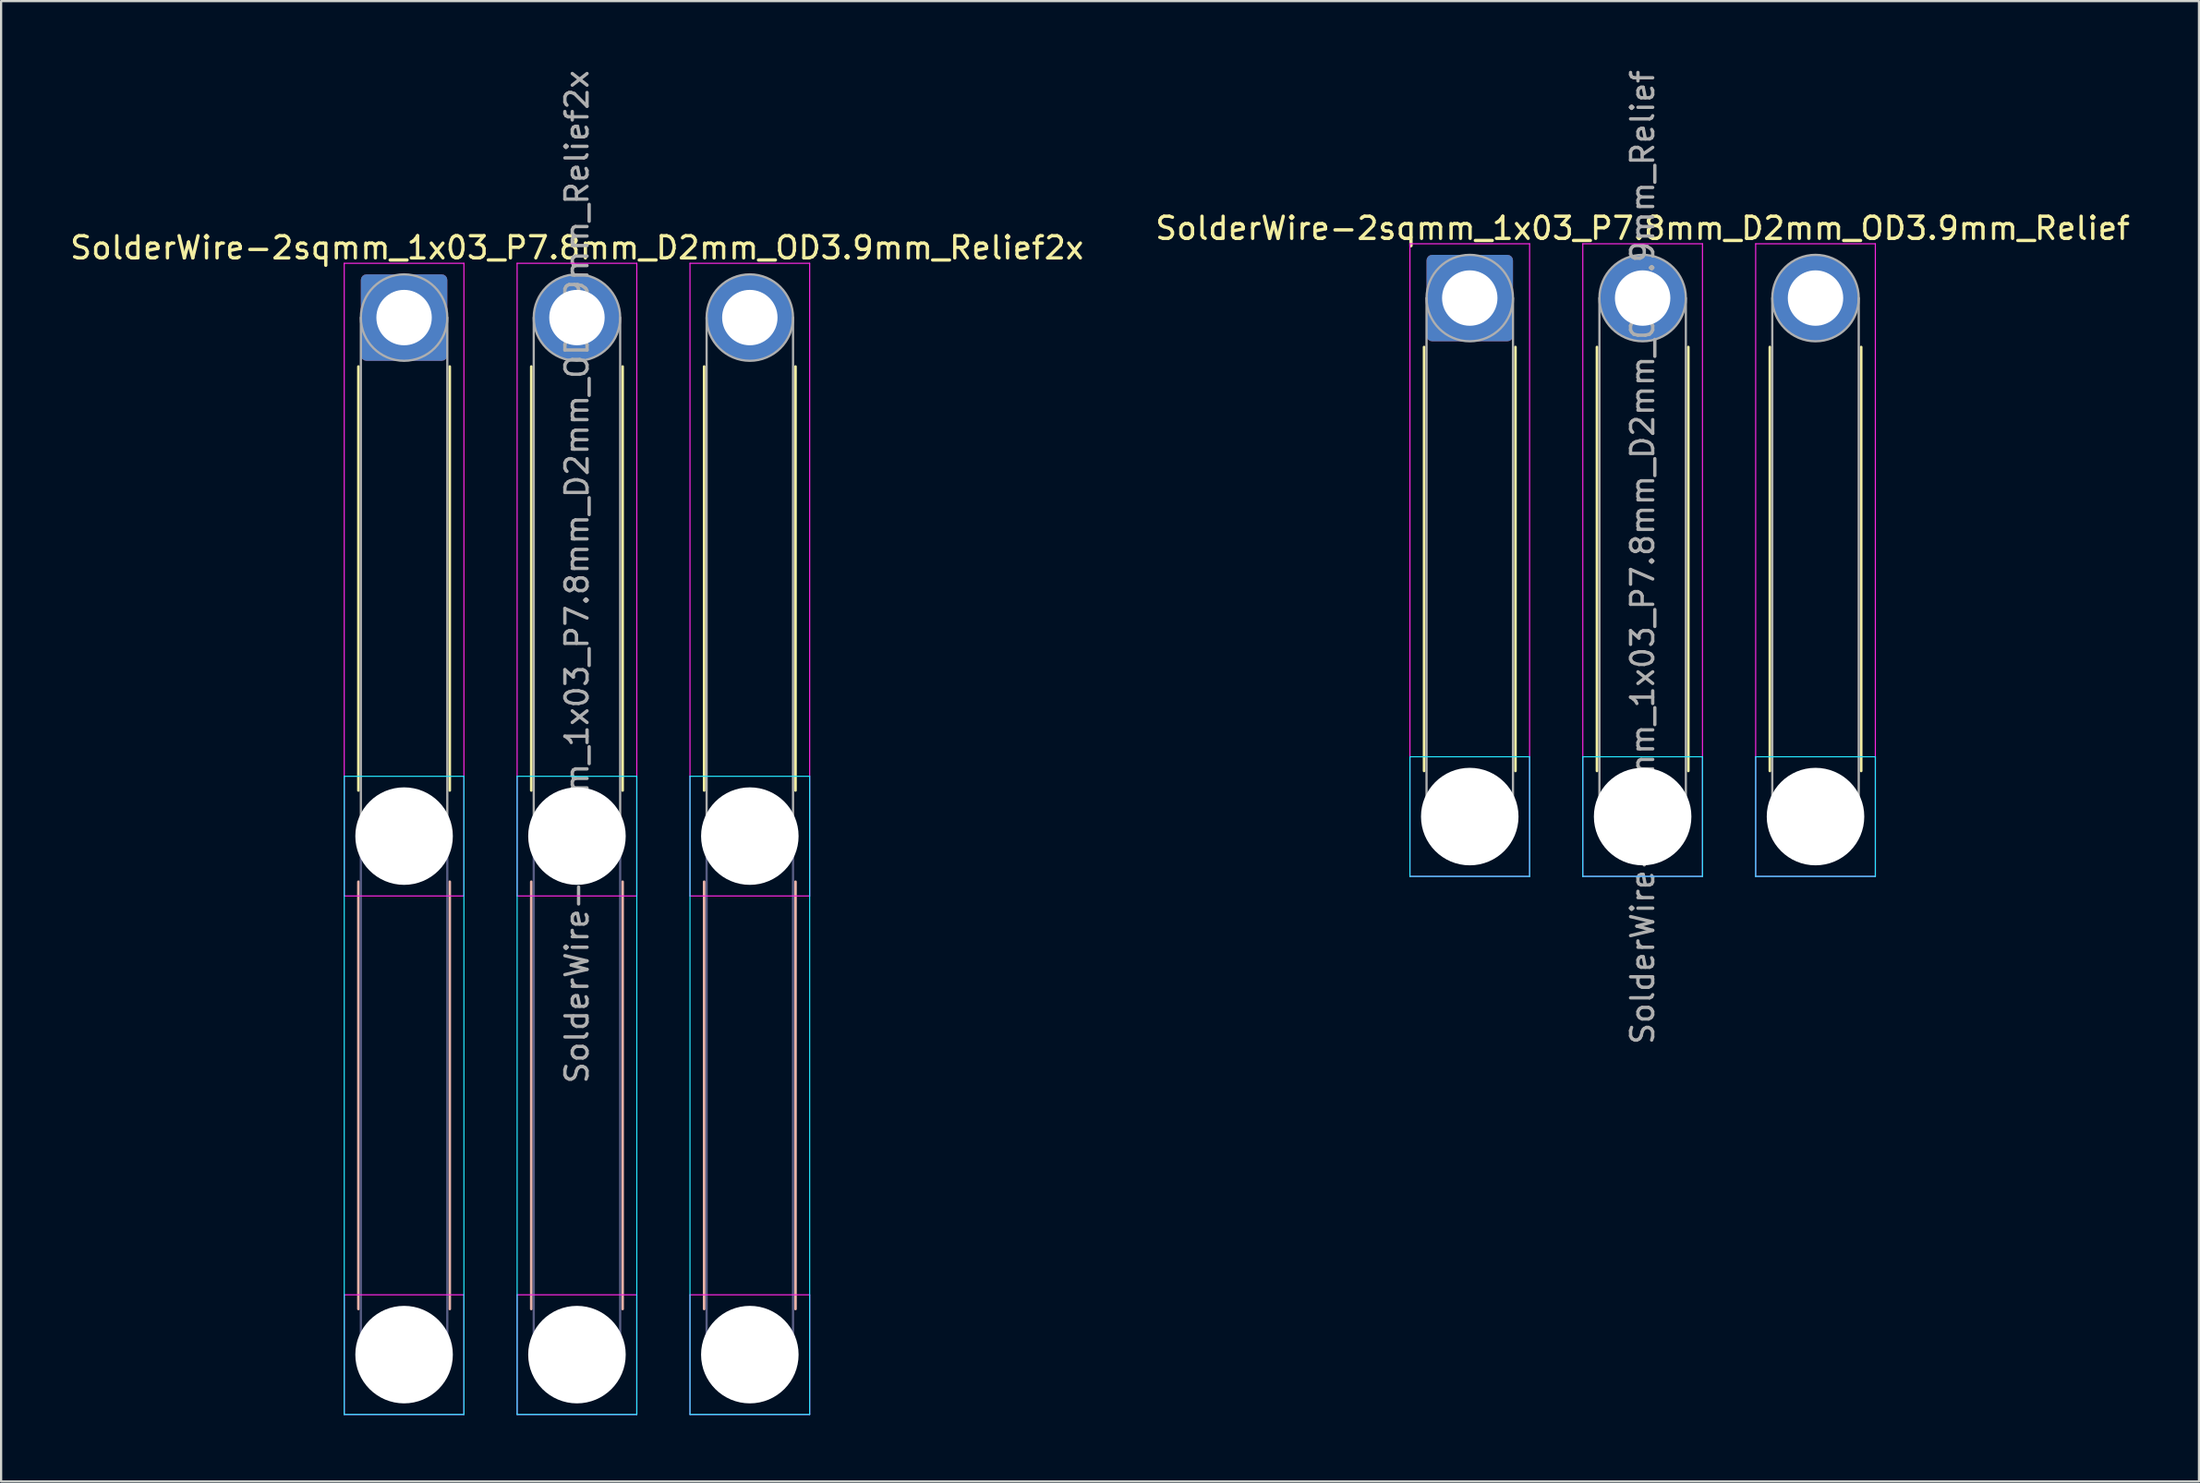
<source format=kicad_pcb>
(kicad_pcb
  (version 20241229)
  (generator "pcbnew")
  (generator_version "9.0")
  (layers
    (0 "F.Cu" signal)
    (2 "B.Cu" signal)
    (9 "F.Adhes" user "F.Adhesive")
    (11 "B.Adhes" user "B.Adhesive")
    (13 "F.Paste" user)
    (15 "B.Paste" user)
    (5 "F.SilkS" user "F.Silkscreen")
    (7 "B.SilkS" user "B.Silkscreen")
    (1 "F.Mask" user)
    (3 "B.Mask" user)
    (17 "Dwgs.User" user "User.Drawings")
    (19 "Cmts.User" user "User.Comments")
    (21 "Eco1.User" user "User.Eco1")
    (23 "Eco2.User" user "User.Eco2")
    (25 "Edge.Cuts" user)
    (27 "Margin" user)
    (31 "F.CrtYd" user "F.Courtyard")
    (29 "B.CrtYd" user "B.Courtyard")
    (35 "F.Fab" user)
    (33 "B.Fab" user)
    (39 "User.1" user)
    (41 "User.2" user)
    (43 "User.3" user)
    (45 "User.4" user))
  (footprint "SolderWire-2sqmm_1x03_P7.8mm_D2mm_OD3.9mm_Relief2x"
    (layer "F.Cu")
    (at 15.182 11.282)
    (property "Reference" "SolderWire-2sqmm_1x03_P7.8mm_D2mm_OD3.9mm_Relief2x" (at 7.8 -3.15 0) (layer "F.SilkS") (effects (font (size 1 1) (thickness 0.15))))
    (attr exclude_from_pos_files exclude_from_bom)
    (fp_line (start -2.06 2.21) (end -2.06 21.34) (stroke (width 0.12) (type solid)) (layer "F.SilkS"))
    (fp_line (start 2.06 2.21) (end 2.06 21.34) (stroke (width 0.12) (type solid)) (layer "F.SilkS"))
    (fp_line (start 5.74 2.21) (end 5.74 21.34) (stroke (width 0.12) (type solid)) (layer "F.SilkS"))
    (fp_line (start 9.86 2.21) (end 9.86 21.34) (stroke (width 0.12) (type solid)) (layer "F.SilkS"))
    (fp_line (start 13.54 2.21) (end 13.54 21.34) (stroke (width 0.12) (type solid)) (layer "F.SilkS"))
    (fp_line (start 17.66 2.21) (end 17.66 21.34) (stroke (width 0.12) (type solid)) (layer "F.SilkS"))
    (fp_line (start -2.06 25.46) (end -2.06 44.74) (stroke (width 0.12) (type solid)) (layer "B.SilkS"))
    (fp_line (start 2.06 25.46) (end 2.06 44.74) (stroke (width 0.12) (type solid)) (layer "B.SilkS"))
    (fp_line (start 5.74 25.46) (end 5.74 44.74) (stroke (width 0.12) (type solid)) (layer "B.SilkS"))
    (fp_line (start 9.86 25.46) (end 9.86 44.74) (stroke (width 0.12) (type solid)) (layer "B.SilkS"))
    (fp_line (start 13.54 25.46) (end 13.54 44.74) (stroke (width 0.12) (type solid)) (layer "B.SilkS"))
    (fp_line (start 17.66 25.46) (end 17.66 44.74) (stroke (width 0.12) (type solid)) (layer "B.SilkS"))
    (fp_line (start -2.7 20.7) (end -2.7 49.5) (stroke (width 0.05) (type solid)) (layer "B.CrtYd"))
    (fp_line (start -2.7 49.5) (end 2.7 49.5) (stroke (width 0.05) (type solid)) (layer "B.CrtYd"))
    (fp_line (start 2.7 20.7) (end -2.7 20.7) (stroke (width 0.05) (type solid)) (layer "B.CrtYd"))
    (fp_line (start 2.7 49.5) (end 2.7 20.7) (stroke (width 0.05) (type solid)) (layer "B.CrtYd"))
    (fp_line (start 5.1 20.7) (end 5.1 49.5) (stroke (width 0.05) (type solid)) (layer "B.CrtYd"))
    (fp_line (start 5.1 49.5) (end 10.5 49.5) (stroke (width 0.05) (type solid)) (layer "B.CrtYd"))
    (fp_line (start 10.5 20.7) (end 5.1 20.7) (stroke (width 0.05) (type solid)) (layer "B.CrtYd"))
    (fp_line (start 10.5 49.5) (end 10.5 20.7) (stroke (width 0.05) (type solid)) (layer "B.CrtYd"))
    (fp_line (start 12.9 20.7) (end 12.9 49.5) (stroke (width 0.05) (type solid)) (layer "B.CrtYd"))
    (fp_line (start 12.9 49.5) (end 18.3 49.5) (stroke (width 0.05) (type solid)) (layer "B.CrtYd"))
    (fp_line (start 18.3 20.7) (end 12.9 20.7) (stroke (width 0.05) (type solid)) (layer "B.CrtYd"))
    (fp_line (start 18.3 49.5) (end 18.3 20.7) (stroke (width 0.05) (type solid)) (layer "B.CrtYd"))
    (fp_line (start -2.7 -2.45) (end -2.7 26.1) (stroke (width 0.05) (type solid)) (layer "F.CrtYd"))
    (fp_line (start -2.7 26.1) (end 2.7 26.1) (stroke (width 0.05) (type solid)) (layer "F.CrtYd"))
    (fp_line (start -2.7 44.1) (end -2.7 49.5) (stroke (width 0.05) (type solid)) (layer "F.CrtYd"))
    (fp_line (start -2.7 49.5) (end 2.7 49.5) (stroke (width 0.05) (type solid)) (layer "F.CrtYd"))
    (fp_line (start 2.7 -2.45) (end -2.7 -2.45) (stroke (width 0.05) (type solid)) (layer "F.CrtYd"))
    (fp_line (start 2.7 26.1) (end 2.7 -2.45) (stroke (width 0.05) (type solid)) (layer "F.CrtYd"))
    (fp_line (start 2.7 44.1) (end -2.7 44.1) (stroke (width 0.05) (type solid)) (layer "F.CrtYd"))
    (fp_line (start 2.7 49.5) (end 2.7 44.1) (stroke (width 0.05) (type solid)) (layer "F.CrtYd"))
    (fp_line (start 5.1 -2.45) (end 5.1 26.1) (stroke (width 0.05) (type solid)) (layer "F.CrtYd"))
    (fp_line (start 5.1 26.1) (end 10.5 26.1) (stroke (width 0.05) (type solid)) (layer "F.CrtYd"))
    (fp_line (start 5.1 44.1) (end 5.1 49.5) (stroke (width 0.05) (type solid)) (layer "F.CrtYd"))
    (fp_line (start 5.1 49.5) (end 10.5 49.5) (stroke (width 0.05) (type solid)) (layer "F.CrtYd"))
    (fp_line (start 10.5 -2.45) (end 5.1 -2.45) (stroke (width 0.05) (type solid)) (layer "F.CrtYd"))
    (fp_line (start 10.5 26.1) (end 10.5 -2.45) (stroke (width 0.05) (type solid)) (layer "F.CrtYd"))
    (fp_line (start 10.5 44.1) (end 5.1 44.1) (stroke (width 0.05) (type solid)) (layer "F.CrtYd"))
    (fp_line (start 10.5 49.5) (end 10.5 44.1) (stroke (width 0.05) (type solid)) (layer "F.CrtYd"))
    (fp_line (start 12.9 -2.45) (end 12.9 26.1) (stroke (width 0.05) (type solid)) (layer "F.CrtYd"))
    (fp_line (start 12.9 26.1) (end 18.3 26.1) (stroke (width 0.05) (type solid)) (layer "F.CrtYd"))
    (fp_line (start 12.9 44.1) (end 12.9 49.5) (stroke (width 0.05) (type solid)) (layer "F.CrtYd"))
    (fp_line (start 12.9 49.5) (end 18.3 49.5) (stroke (width 0.05) (type solid)) (layer "F.CrtYd"))
    (fp_line (start 18.3 -2.45) (end 12.9 -2.45) (stroke (width 0.05) (type solid)) (layer "F.CrtYd"))
    (fp_line (start 18.3 26.1) (end 18.3 -2.45) (stroke (width 0.05) (type solid)) (layer "F.CrtYd"))
    (fp_line (start 18.3 44.1) (end 12.9 44.1) (stroke (width 0.05) (type solid)) (layer "F.CrtYd"))
    (fp_line (start 18.3 49.5) (end 18.3 44.1) (stroke (width 0.05) (type solid)) (layer "F.CrtYd"))
    (fp_line (start -1.95 23.4) (end -1.95 46.8) (stroke (width 0.1) (type solid)) (layer "B.Fab"))
    (fp_line (start 1.95 23.4) (end 1.95 46.8) (stroke (width 0.1) (type solid)) (layer "B.Fab"))
    (fp_line (start 5.85 23.4) (end 5.85 46.8) (stroke (width 0.1) (type solid)) (layer "B.Fab"))
    (fp_line (start 9.75 23.4) (end 9.75 46.8) (stroke (width 0.1) (type solid)) (layer "B.Fab"))
    (fp_line (start 13.65 23.4) (end 13.65 46.8) (stroke (width 0.1) (type solid)) (layer "B.Fab"))
    (fp_line (start 17.55 23.4) (end 17.55 46.8) (stroke (width 0.1) (type solid)) (layer "B.Fab"))
    (fp_circle (center 0 23.4) (end 1.95 23.4) (stroke (width 0.1) (type solid)) (fill no) (layer "B.Fab"))
    (fp_circle (center 0 46.8) (end 1.95 46.8) (stroke (width 0.1) (type solid)) (fill no) (layer "B.Fab"))
    (fp_circle (center 7.8 23.4) (end 9.75 23.4) (stroke (width 0.1) (type solid)) (fill no) (layer "B.Fab"))
    (fp_circle (center 7.8 46.8) (end 9.75 46.8) (stroke (width 0.1) (type solid)) (fill no) (layer "B.Fab"))
    (fp_circle (center 15.6 23.4) (end 17.55 23.4) (stroke (width 0.1) (type solid)) (fill no) (layer "B.Fab"))
    (fp_circle (center 15.6 46.8) (end 17.55 46.8) (stroke (width 0.1) (type solid)) (fill no) (layer "B.Fab"))
    (fp_line (start -1.95 0) (end -1.95 23.4) (stroke (width 0.1) (type solid)) (layer "F.Fab"))
    (fp_line (start 1.95 0) (end 1.95 23.4) (stroke (width 0.1) (type solid)) (layer "F.Fab"))
    (fp_line (start 5.85 0) (end 5.85 23.4) (stroke (width 0.1) (type solid)) (layer "F.Fab"))
    (fp_line (start 9.75 0) (end 9.75 23.4) (stroke (width 0.1) (type solid)) (layer "F.Fab"))
    (fp_line (start 13.65 0) (end 13.65 23.4) (stroke (width 0.1) (type solid)) (layer "F.Fab"))
    (fp_line (start 17.55 0) (end 17.55 23.4) (stroke (width 0.1) (type solid)) (layer "F.Fab"))
    (fp_circle (center 0 0) (end 1.95 0) (stroke (width 0.1) (type solid)) (fill no) (layer "F.Fab"))
    (fp_circle (center 0 23.4) (end 1.95 23.4) (stroke (width 0.1) (type solid)) (fill no) (layer "F.Fab"))
    (fp_circle (center 0 46.8) (end 1.95 46.8) (stroke (width 0.1) (type solid)) (fill no) (layer "F.Fab"))
    (fp_circle (center 7.8 0) (end 9.75 0) (stroke (width 0.1) (type solid)) (fill no) (layer "F.Fab"))
    (fp_circle (center 7.8 23.4) (end 9.75 23.4) (stroke (width 0.1) (type solid)) (fill no) (layer "F.Fab"))
    (fp_circle (center 7.8 46.8) (end 9.75 46.8) (stroke (width 0.1) (type solid)) (fill no) (layer "F.Fab"))
    (fp_circle (center 15.6 0) (end 17.55 0) (stroke (width 0.1) (type solid)) (fill no) (layer "F.Fab"))
    (fp_circle (center 15.6 23.4) (end 17.55 23.4) (stroke (width 0.1) (type solid)) (fill no) (layer "F.Fab"))
    (fp_circle (center 15.6 46.8) (end 17.55 46.8) (stroke (width 0.1) (type solid)) (fill no) (layer "F.Fab"))
    (fp_text user "${REFERENCE}" (at 7.8 11.7 90) (layer "F.Fab") (effects (font (size 1 1) (thickness 0.15))))
    (pad "" np_thru_hole circle (at 0 23.4) (size 4.4 4.4) (drill 4.4) (layers "*.Cu" "*.Mask"))
    (pad "" np_thru_hole circle (at 0 46.8) (size 4.4 4.4) (drill 4.4) (layers "*.Cu" "*.Mask"))
    (pad "" np_thru_hole circle (at 7.8 23.4) (size 4.4 4.4) (drill 4.4) (layers "*.Cu" "*.Mask"))
    (pad "" np_thru_hole circle (at 7.8 46.8) (size 4.4 4.4) (drill 4.4) (layers "*.Cu" "*.Mask"))
    (pad "" np_thru_hole circle (at 15.6 23.4) (size 4.4 4.4) (drill 4.4) (layers "*.Cu" "*.Mask"))
    (pad "" np_thru_hole circle (at 15.6 46.8) (size 4.4 4.4) (drill 4.4) (layers "*.Cu" "*.Mask"))
    (pad "1" thru_hole roundrect (at 0 0) (size 3.9 3.9) (drill 2.5) (layers "*.Cu" "*.Mask") (roundrect_rratio 0.064))
    (pad "2" thru_hole circle (at 7.8 0) (size 3.9 3.9) (drill 2.5) (layers "*.Cu" "*.Mask"))
    (pad "3" thru_hole circle (at 15.6 0) (size 3.9 3.9) (drill 2.5) (layers "*.Cu" "*.Mask")))
  (footprint "SolderWire-2sqmm_1x03_P7.8mm_D2mm_OD3.9mm_Relief"
    (layer "F.Cu")
    (at 63.265 10.401)
    (property "Reference" "SolderWire-2sqmm_1x03_P7.8mm_D2mm_OD3.9mm_Relief" (at 7.8 -3.15 0) (layer "F.SilkS") (effects (font (size 1 1) (thickness 0.15))))
    (attr exclude_from_pos_files exclude_from_bom)
    (fp_line (start -2.06 2.21) (end -2.06 21.34) (stroke (width 0.12) (type solid)) (layer "F.SilkS"))
    (fp_line (start 2.06 2.21) (end 2.06 21.34) (stroke (width 0.12) (type solid)) (layer "F.SilkS"))
    (fp_line (start 5.74 2.21) (end 5.74 21.34) (stroke (width 0.12) (type solid)) (layer "F.SilkS"))
    (fp_line (start 9.86 2.21) (end 9.86 21.34) (stroke (width 0.12) (type solid)) (layer "F.SilkS"))
    (fp_line (start 13.54 2.21) (end 13.54 21.34) (stroke (width 0.12) (type solid)) (layer "F.SilkS"))
    (fp_line (start 17.66 2.21) (end 17.66 21.34) (stroke (width 0.12) (type solid)) (layer "F.SilkS"))
    (fp_line (start -2.7 20.7) (end -2.7 26.1) (stroke (width 0.05) (type solid)) (layer "B.CrtYd"))
    (fp_line (start -2.7 26.1) (end 2.7 26.1) (stroke (width 0.05) (type solid)) (layer "B.CrtYd"))
    (fp_line (start 2.7 20.7) (end -2.7 20.7) (stroke (width 0.05) (type solid)) (layer "B.CrtYd"))
    (fp_line (start 2.7 26.1) (end 2.7 20.7) (stroke (width 0.05) (type solid)) (layer "B.CrtYd"))
    (fp_line (start 5.1 20.7) (end 5.1 26.1) (stroke (width 0.05) (type solid)) (layer "B.CrtYd"))
    (fp_line (start 5.1 26.1) (end 10.5 26.1) (stroke (width 0.05) (type solid)) (layer "B.CrtYd"))
    (fp_line (start 10.5 20.7) (end 5.1 20.7) (stroke (width 0.05) (type solid)) (layer "B.CrtYd"))
    (fp_line (start 10.5 26.1) (end 10.5 20.7) (stroke (width 0.05) (type solid)) (layer "B.CrtYd"))
    (fp_line (start 12.9 20.7) (end 12.9 26.1) (stroke (width 0.05) (type solid)) (layer "B.CrtYd"))
    (fp_line (start 12.9 26.1) (end 18.3 26.1) (stroke (width 0.05) (type solid)) (layer "B.CrtYd"))
    (fp_line (start 18.3 20.7) (end 12.9 20.7) (stroke (width 0.05) (type solid)) (layer "B.CrtYd"))
    (fp_line (start 18.3 26.1) (end 18.3 20.7) (stroke (width 0.05) (type solid)) (layer "B.CrtYd"))
    (fp_line (start -2.7 -2.45) (end -2.7 26.1) (stroke (width 0.05) (type solid)) (layer "F.CrtYd"))
    (fp_line (start -2.7 26.1) (end 2.7 26.1) (stroke (width 0.05) (type solid)) (layer "F.CrtYd"))
    (fp_line (start 2.7 -2.45) (end -2.7 -2.45) (stroke (width 0.05) (type solid)) (layer "F.CrtYd"))
    (fp_line (start 2.7 26.1) (end 2.7 -2.45) (stroke (width 0.05) (type solid)) (layer "F.CrtYd"))
    (fp_line (start 5.1 -2.45) (end 5.1 26.1) (stroke (width 0.05) (type solid)) (layer "F.CrtYd"))
    (fp_line (start 5.1 26.1) (end 10.5 26.1) (stroke (width 0.05) (type solid)) (layer "F.CrtYd"))
    (fp_line (start 10.5 -2.45) (end 5.1 -2.45) (stroke (width 0.05) (type solid)) (layer "F.CrtYd"))
    (fp_line (start 10.5 26.1) (end 10.5 -2.45) (stroke (width 0.05) (type solid)) (layer "F.CrtYd"))
    (fp_line (start 12.9 -2.45) (end 12.9 26.1) (stroke (width 0.05) (type solid)) (layer "F.CrtYd"))
    (fp_line (start 12.9 26.1) (end 18.3 26.1) (stroke (width 0.05) (type solid)) (layer "F.CrtYd"))
    (fp_line (start 18.3 -2.45) (end 12.9 -2.45) (stroke (width 0.05) (type solid)) (layer "F.CrtYd"))
    (fp_line (start 18.3 26.1) (end 18.3 -2.45) (stroke (width 0.05) (type solid)) (layer "F.CrtYd"))
    (fp_line (start -1.95 0) (end -1.95 23.4) (stroke (width 0.1) (type solid)) (layer "F.Fab"))
    (fp_line (start 1.95 0) (end 1.95 23.4) (stroke (width 0.1) (type solid)) (layer "F.Fab"))
    (fp_line (start 5.85 0) (end 5.85 23.4) (stroke (width 0.1) (type solid)) (layer "F.Fab"))
    (fp_line (start 9.75 0) (end 9.75 23.4) (stroke (width 0.1) (type solid)) (layer "F.Fab"))
    (fp_line (start 13.65 0) (end 13.65 23.4) (stroke (width 0.1) (type solid)) (layer "F.Fab"))
    (fp_line (start 17.55 0) (end 17.55 23.4) (stroke (width 0.1) (type solid)) (layer "F.Fab"))
    (fp_circle (center 0 0) (end 1.95 0) (stroke (width 0.1) (type solid)) (fill no) (layer "F.Fab"))
    (fp_circle (center 0 23.4) (end 1.95 23.4) (stroke (width 0.1) (type solid)) (fill no) (layer "F.Fab"))
    (fp_circle (center 7.8 0) (end 9.75 0) (stroke (width 0.1) (type solid)) (fill no) (layer "F.Fab"))
    (fp_circle (center 7.8 23.4) (end 9.75 23.4) (stroke (width 0.1) (type solid)) (fill no) (layer "F.Fab"))
    (fp_circle (center 15.6 0) (end 17.55 0) (stroke (width 0.1) (type solid)) (fill no) (layer "F.Fab"))
    (fp_circle (center 15.6 23.4) (end 17.55 23.4) (stroke (width 0.1) (type solid)) (fill no) (layer "F.Fab"))
    (fp_text user "${REFERENCE}" (at 7.8 11.7 90) (layer "F.Fab") (effects (font (size 1 1) (thickness 0.15))))
    (pad "" np_thru_hole circle (at 0 23.4) (size 4.4 4.4) (drill 4.4) (layers "*.Cu" "*.Mask"))
    (pad "" np_thru_hole circle (at 7.8 23.4) (size 4.4 4.4) (drill 4.4) (layers "*.Cu" "*.Mask"))
    (pad "" np_thru_hole circle (at 15.6 23.4) (size 4.4 4.4) (drill 4.4) (layers "*.Cu" "*.Mask"))
    (pad "1" thru_hole roundrect (at 0 0) (size 3.9 3.9) (drill 2.5) (layers "*.Cu" "*.Mask") (roundrect_rratio 0.064))
    (pad "2" thru_hole circle (at 7.8 0) (size 3.9 3.9) (drill 2.5) (layers "*.Cu" "*.Mask"))
    (pad "3" thru_hole circle (at 15.6 0) (size 3.9 3.9) (drill 2.5) (layers "*.Cu" "*.Mask")))
  (gr_rect
    (start -3 -3)
    (end 96.167 63.807)
    (stroke (width 0.1) (type default))
    (fill no)
    (layer "Edge.Cuts")))
</source>
